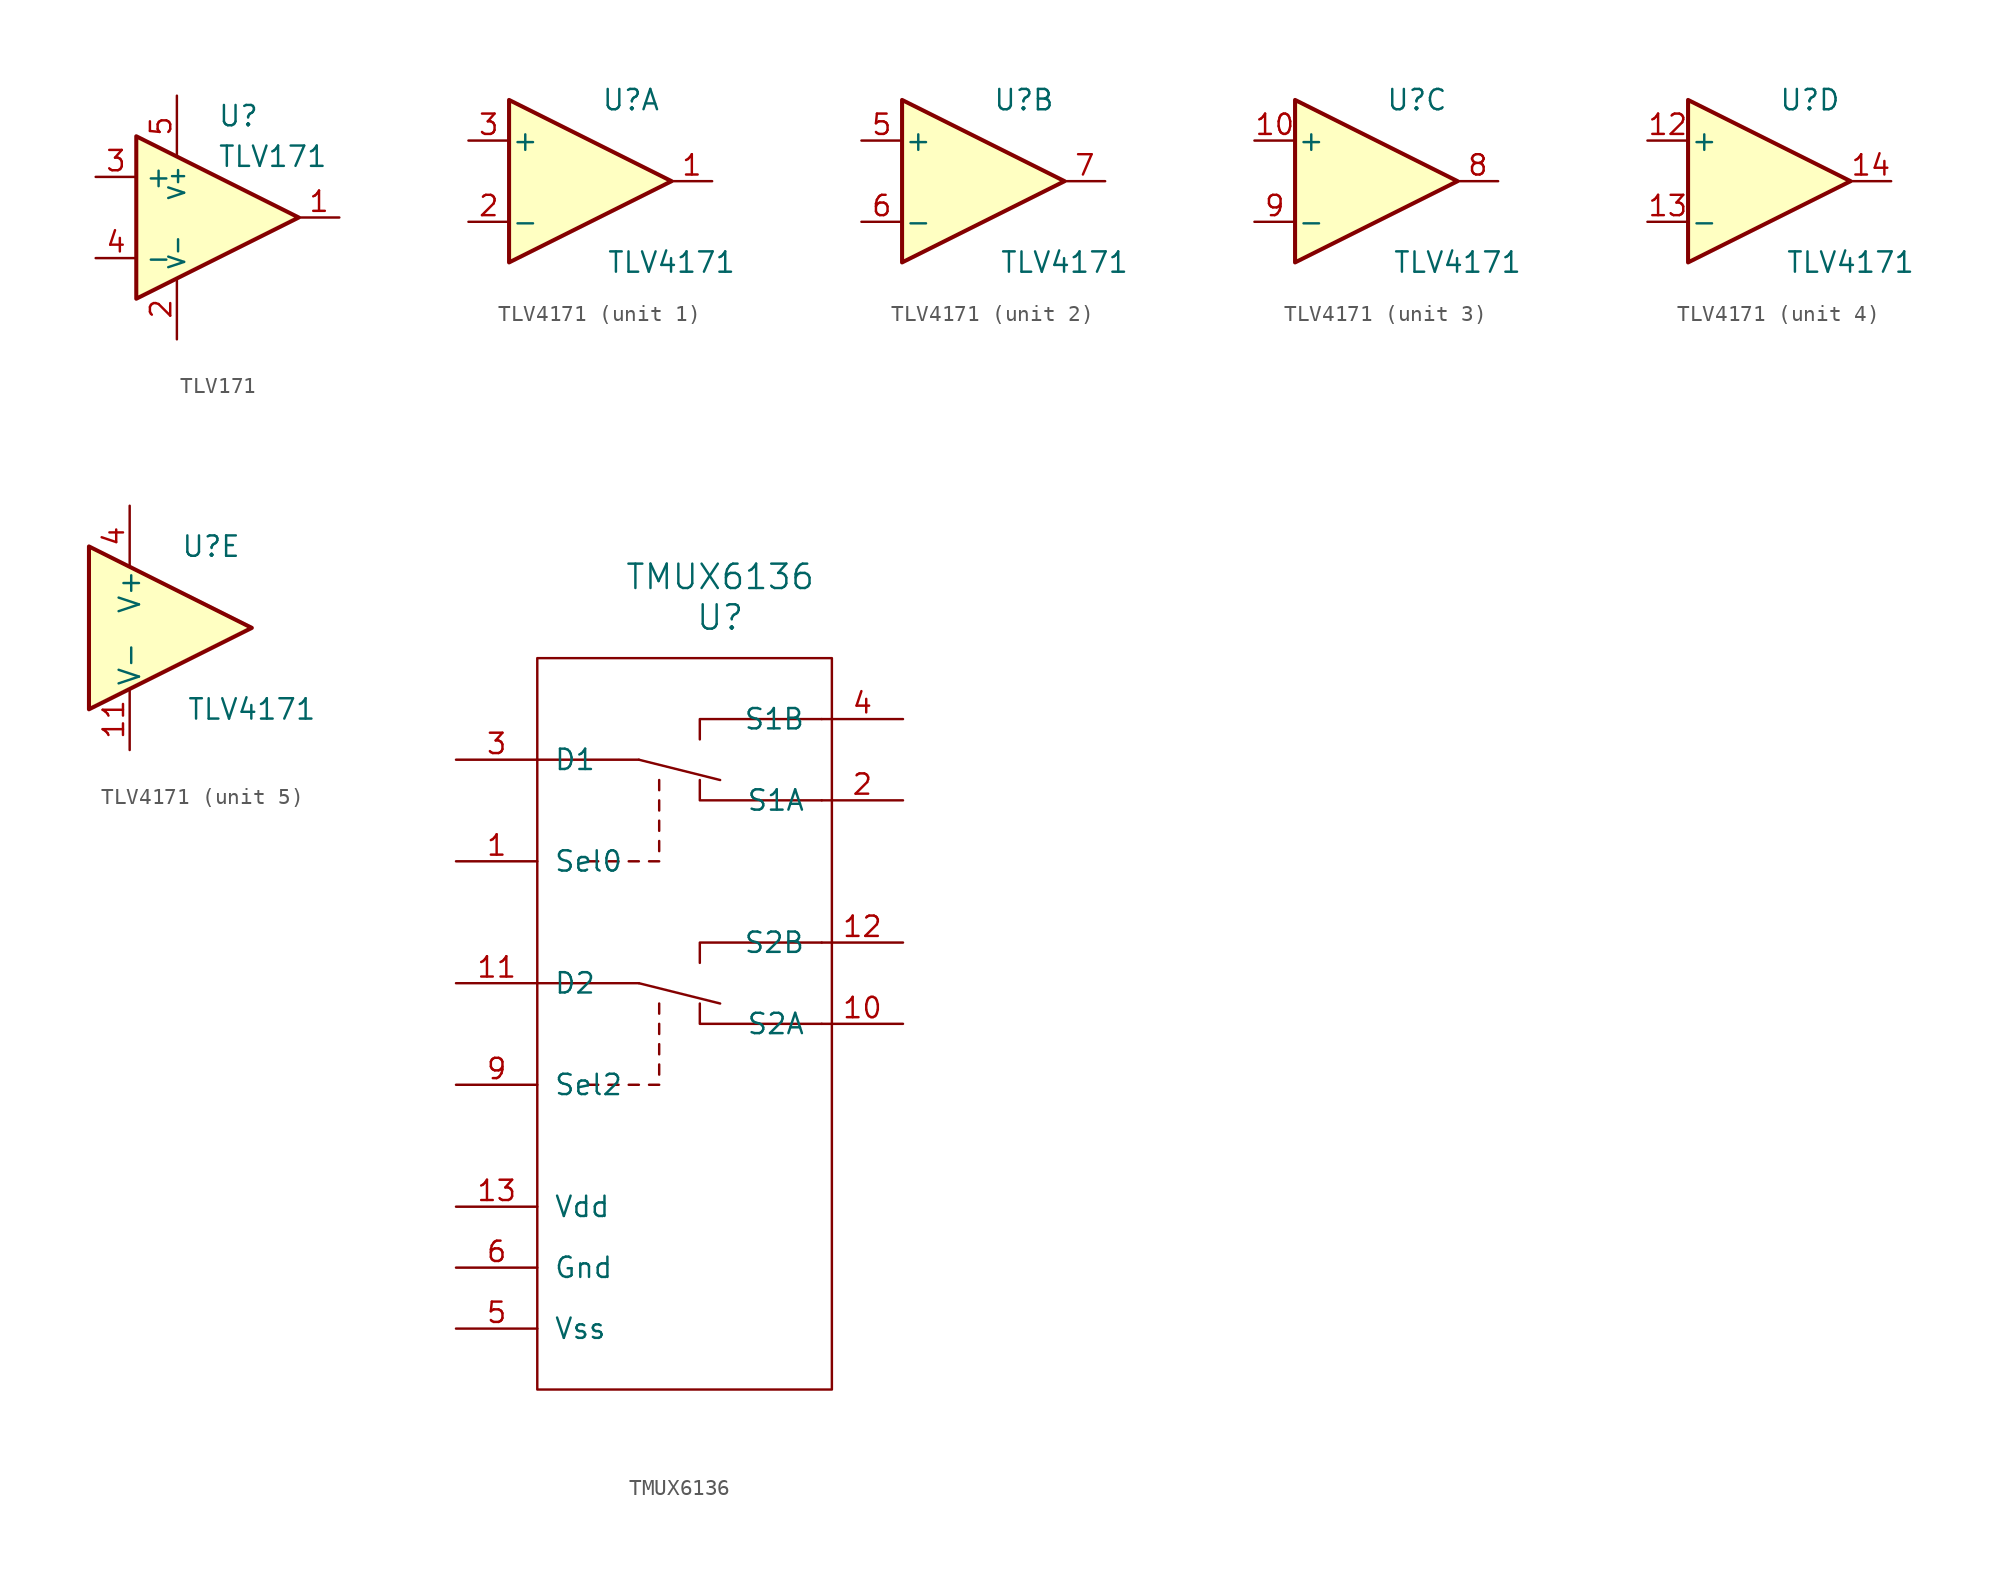
<source format=kicad_sym>
(kicad_symbol_lib
  (version 20211014)
  (generator kicad_symbol_editor)
  (symbol "TLV171"
    (property "Reference" "U"
      (at 0 6.35 0)
      (effects (font (size 1.27 1.27)) (justify left)))
    (property "Value" "TLV171"
      (at 0 3.81 0)
      (effects (font (size 1.27 1.27)) (justify left)))
    (symbol "TLV171_0_1"
      (polyline (pts (xy -5.08 5.08) (xy 5.08 0) (xy -5.08 -5.08) (xy -5.08 5.08)) (stroke (width 0.254) (type default) (color 0 0 0 0)) (fill (type background))))
    (symbol "TLV171_1_1"
      (pin output line (at 7.62 0 180) (length 2.54) (name "~" (effects (font (size 1.27 1.27)))) (number "1" (effects (font (size 1.27 1.27)))))
      (pin power_in line (at -2.54 -7.62 90) (length 3.81) (name "V-" (effects (font (size 0.991 0.991)))) (number "2" (effects (font (size 1.27 1.27)))))
      (pin input line (at -7.62 2.54 0) (length 2.54) (name "+" (effects (font (size 1.27 1.27)))) (number "3" (effects (font (size 1.27 1.27)))))
      (pin input line (at -7.62 -2.54 0) (length 2.54) (name "-" (effects (font (size 1.27 1.27)))) (number "4" (effects (font (size 1.27 1.27)))))
      (pin power_in line (at -2.54 7.62 270) (length 3.81) (name "V+" (effects (font (size 0.991 0.991)))) (number "5" (effects (font (size 1.27 1.27)))))))
  (symbol "TLV4171"
    (pin_names
      (offset 0.127))
    (property "Reference" "U"
      (at 2.54 5.08 0)
      (effects (font (size 1.27 1.27))))
    (property "Value" "TLV4171"
      (at 5.08 -5.08 0)
      (effects (font (size 1.27 1.27))))
    (property "ki_locked" ""
      (at 0 0 0)
      (effects (font (size 1.27 1.27))))
    (symbol "TLV4171_1_1"
      (polyline (pts (xy -5.08 5.08) (xy 5.08 0) (xy -5.08 -5.08) (xy -5.08 5.08)) (stroke (width 0.254) (type default) (color 0 0 0 0)) (fill (type background)))
      (pin output line (at 7.62 0 180) (length 2.54) (name "~" (effects (font (size 1.27 1.27)))) (number "1" (effects (font (size 1.27 1.27)))))
      (pin input line (at -7.62 -2.54 0) (length 2.54) (name "-" (effects (font (size 1.27 1.27)))) (number "2" (effects (font (size 1.27 1.27)))))
      (pin input line (at -7.62 2.54 0) (length 2.54) (name "+" (effects (font (size 1.27 1.27)))) (number "3" (effects (font (size 1.27 1.27))))))
    (symbol "TLV4171_2_1"
      (polyline (pts (xy -5.08 5.08) (xy 5.08 0) (xy -5.08 -5.08) (xy -5.08 5.08)) (stroke (width 0.254) (type default) (color 0 0 0 0)) (fill (type background)))
      (pin input line (at -7.62 2.54 0) (length 2.54) (name "+" (effects (font (size 1.27 1.27)))) (number "5" (effects (font (size 1.27 1.27)))))
      (pin input line (at -7.62 -2.54 0) (length 2.54) (name "-" (effects (font (size 1.27 1.27)))) (number "6" (effects (font (size 1.27 1.27)))))
      (pin output line (at 7.62 0 180) (length 2.54) (name "~" (effects (font (size 1.27 1.27)))) (number "7" (effects (font (size 1.27 1.27))))))
    (symbol "TLV4171_3_1"
      (polyline (pts (xy -5.08 5.08) (xy 5.08 0) (xy -5.08 -5.08) (xy -5.08 5.08)) (stroke (width 0.254) (type default) (color 0 0 0 0)) (fill (type background)))
      (pin input line (at -7.62 2.54 0) (length 2.54) (name "+" (effects (font (size 1.27 1.27)))) (number "10" (effects (font (size 1.27 1.27)))))
      (pin output line (at 7.62 0 180) (length 2.54) (name "~" (effects (font (size 1.27 1.27)))) (number "8" (effects (font (size 1.27 1.27)))))
      (pin input line (at -7.62 -2.54 0) (length 2.54) (name "-" (effects (font (size 1.27 1.27)))) (number "9" (effects (font (size 1.27 1.27))))))
    (symbol "TLV4171_4_1"
      (polyline (pts (xy -5.08 5.08) (xy 5.08 0) (xy -5.08 -5.08) (xy -5.08 5.08)) (stroke (width 0.254) (type default) (color 0 0 0 0)) (fill (type background)))
      (pin input line (at -7.62 2.54 0) (length 2.54) (name "+" (effects (font (size 1.27 1.27)))) (number "12" (effects (font (size 1.27 1.27)))))
      (pin input line (at -7.62 -2.54 0) (length 2.54) (name "-" (effects (font (size 1.27 1.27)))) (number "13" (effects (font (size 1.27 1.27)))))
      (pin output line (at 7.62 0 180) (length 2.54) (name "~" (effects (font (size 1.27 1.27)))) (number "14" (effects (font (size 1.27 1.27))))))
    (symbol "TLV4171_5_1"
      (polyline (pts (xy -5.08 5.08) (xy 5.08 0) (xy -5.08 -5.08) (xy -5.08 5.08)) (stroke (width 0.254) (type default) (color 0 0 0 0)) (fill (type background)))
      (pin power_in line (at -2.54 -7.62 90) (length 3.81) (name "V-" (effects (font (size 1.27 1.27)))) (number "11" (effects (font (size 1.27 1.27)))))
      (pin power_in line (at -2.54 7.62 270) (length 3.81) (name "V+" (effects (font (size 1.27 1.27)))) (number "4" (effects (font (size 1.27 1.27)))))))
  (symbol "TMUX6136"
    (pin_names
      (offset 1.016))
    (property "Reference" "U"
      (at 0 6.35 0)
      (effects (font (size 1.524 1.524))))
    (property "Value" "TMUX6136"
      (at 0 8.89 0)
      (effects (font (size 1.524 1.524))))
    (symbol "TMUX6136_0_1"
      (rectangle (start -11.43 -41.91) (end 6.985 3.81) (stroke (width 0) (type default) (color 0 0 0 0)) (fill (type none)))
      (polyline (pts (xy -11.43 -2.54) (xy -5.08 -2.54)) (stroke (width 0) (type default) (color 0 0 0 0)) (fill (type none)))
      (polyline (pts (xy -8.255 -8.89) (xy -7.62 -8.89)) (stroke (width 0) (type default) (color 0 0 0 0)) (fill (type none)))
      (polyline (pts (xy -6.985 -8.89) (xy -6.35 -8.89)) (stroke (width 0) (type default) (color 0 0 0 0)) (fill (type none)))
      (polyline (pts (xy -5.715 -8.89) (xy -5.08 -8.89)) (stroke (width 0) (type default) (color 0 0 0 0)) (fill (type none)))
      (polyline (pts (xy -5.08 -2.54) (xy 0 -3.81)) (stroke (width 0) (type default) (color 0 0 0 0)) (fill (type none)))
      (polyline (pts (xy -4.445 -8.89) (xy -3.81 -8.89)) (stroke (width 0) (type default) (color 0 0 0 0)) (fill (type none)))
      (polyline (pts (xy -3.81 -8.255) (xy -3.81 -7.62)) (stroke (width 0) (type default) (color 0 0 0 0)) (fill (type none)))
      (polyline (pts (xy -3.81 -6.985) (xy -3.81 -6.35)) (stroke (width 0) (type default) (color 0 0 0 0)) (fill (type none)))
      (polyline (pts (xy -3.81 -5.715) (xy -3.81 -5.08)) (stroke (width 0) (type default) (color 0 0 0 0)) (fill (type none)))
      (polyline (pts (xy -3.81 -4.445) (xy -3.81 -3.81)) (stroke (width 0) (type default) (color 0 0 0 0)) (fill (type none)))
      (polyline (pts (xy -1.27 -3.81) (xy -1.27 -5.08) (xy 6.35 -5.08)) (stroke (width 0) (type default) (color 0 0 0 0)) (fill (type none)))
      (polyline (pts (xy -1.27 -1.27) (xy -1.27 0) (xy 6.35 0)) (stroke (width 0) (type default) (color 0 0 0 0)) (fill (type none))))
    (symbol "TMUX6136_1_1"
      (polyline (pts (xy -11.43 -16.51) (xy -5.08 -16.51)) (stroke (width 0) (type default) (color 0 0 0 0)) (fill (type none)))
      (polyline (pts (xy -8.255 -22.86) (xy -7.62 -22.86)) (stroke (width 0) (type default) (color 0 0 0 0)) (fill (type none)))
      (polyline (pts (xy -6.985 -22.86) (xy -6.35 -22.86)) (stroke (width 0) (type default) (color 0 0 0 0)) (fill (type none)))
      (polyline (pts (xy -5.715 -22.86) (xy -5.08 -22.86)) (stroke (width 0) (type default) (color 0 0 0 0)) (fill (type none)))
      (polyline (pts (xy -5.08 -16.51) (xy 0 -17.78)) (stroke (width 0) (type default) (color 0 0 0 0)) (fill (type none)))
      (polyline (pts (xy -4.445 -22.86) (xy -3.81 -22.86)) (stroke (width 0) (type default) (color 0 0 0 0)) (fill (type none)))
      (polyline (pts (xy -3.81 -22.225) (xy -3.81 -21.59)) (stroke (width 0) (type default) (color 0 0 0 0)) (fill (type none)))
      (polyline (pts (xy -3.81 -20.955) (xy -3.81 -20.32)) (stroke (width 0) (type default) (color 0 0 0 0)) (fill (type none)))
      (polyline (pts (xy -3.81 -19.685) (xy -3.81 -19.05)) (stroke (width 0) (type default) (color 0 0 0 0)) (fill (type none)))
      (polyline (pts (xy -3.81 -18.415) (xy -3.81 -17.78)) (stroke (width 0) (type default) (color 0 0 0 0)) (fill (type none)))
      (polyline (pts (xy -1.27 -17.78) (xy -1.27 -19.05) (xy 6.35 -19.05)) (stroke (width 0) (type default) (color 0 0 0 0)) (fill (type none)))
      (polyline (pts (xy -1.27 -15.24) (xy -1.27 -13.97) (xy 6.35 -13.97)) (stroke (width 0) (type default) (color 0 0 0 0)) (fill (type none)))
      (pin input line (at -16.51 -8.89 0) (length 5.08) (name "Sel0" (effects (font (size 1.27 1.27)))) (number "1" (effects (font (size 1.27 1.27)))))
      (pin bidirectional line (at 11.43 -19.05 180) (length 5.08) (name "S2A" (effects (font (size 1.27 1.27)))) (number "10" (effects (font (size 1.27 1.27)))))
      (pin bidirectional line (at -16.51 -16.51 0) (length 5.08) (name "D2" (effects (font (size 1.27 1.27)))) (number "11" (effects (font (size 1.27 1.27)))))
      (pin bidirectional line (at 11.43 -13.97 180) (length 5.08) (name "S2B" (effects (font (size 1.27 1.27)))) (number "12" (effects (font (size 1.27 1.27)))))
      (pin power_in line (at -16.51 -30.48 0) (length 5.08) (name "Vdd" (effects (font (size 1.27 1.27)))) (number "13" (effects (font (size 1.27 1.27)))))
      (pin bidirectional line (at 11.43 -5.08 180) (length 5.08) (name "S1A" (effects (font (size 1.27 1.27)))) (number "2" (effects (font (size 1.27 1.27)))))
      (pin bidirectional line (at -16.51 -2.54 0) (length 5.08) (name "D1" (effects (font (size 1.27 1.27)))) (number "3" (effects (font (size 1.27 1.27)))))
      (pin bidirectional line (at 11.43 0 180) (length 5.08) (name "S1B" (effects (font (size 1.27 1.27)))) (number "4" (effects (font (size 1.27 1.27)))))
      (pin power_in line (at -16.51 -38.1 0) (length 5.08) (name "Vss" (effects (font (size 1.27 1.27)))) (number "5" (effects (font (size 1.27 1.27)))))
      (pin input line (at -16.51 -34.29 0) (length 5.08) (name "Gnd" (effects (font (size 1.27 1.27)))) (number "6" (effects (font (size 1.27 1.27)))))
      (pin input line (at -16.51 -22.86 0) (length 5.08) (name "Sel2" (effects (font (size 1.27 1.27)))) (number "9" (effects (font (size 1.27 1.27))))))))
</source>
